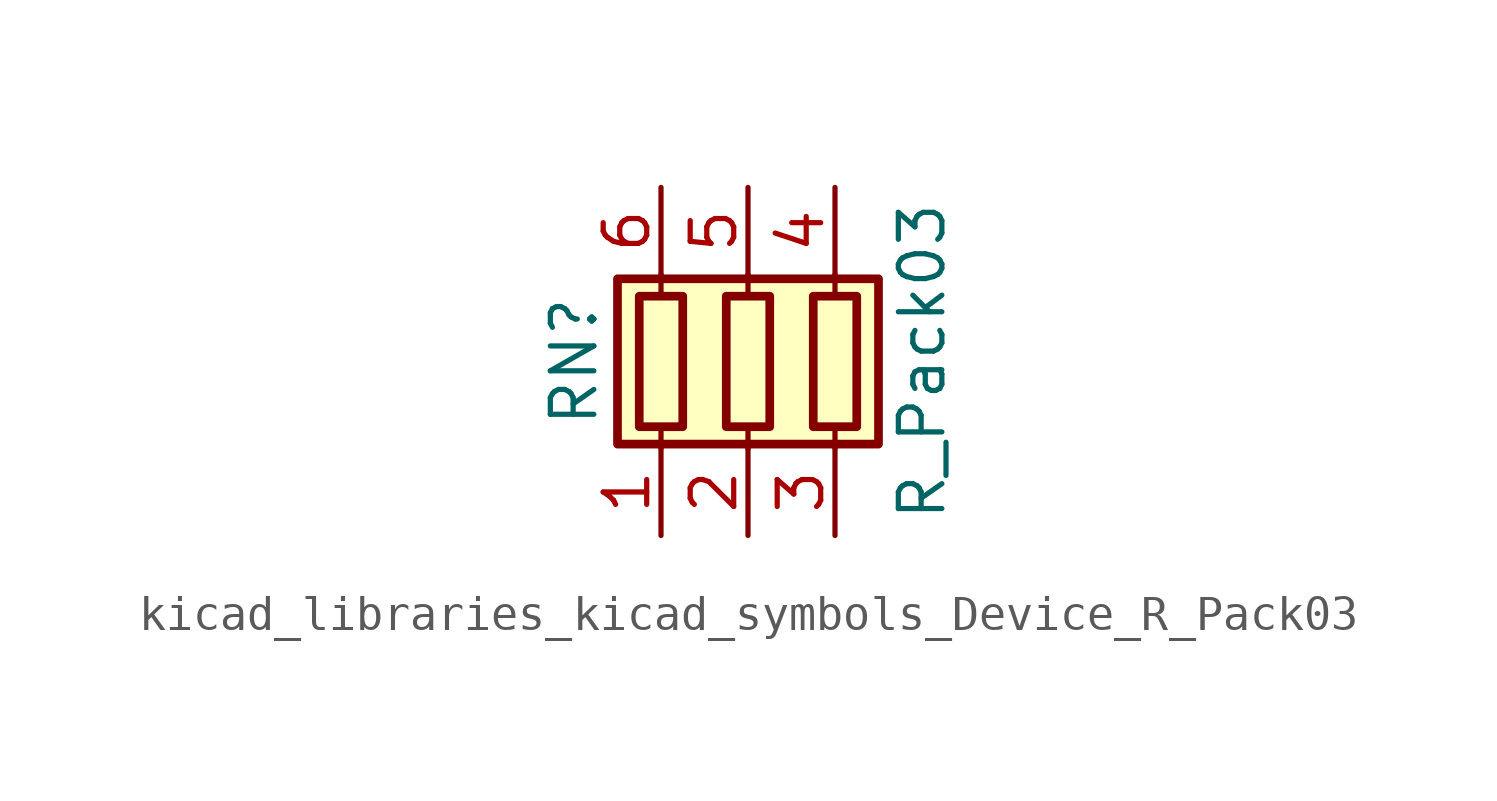
<source format=kicad_sym>
(kicad_symbol_lib
  (version 20220914)
  (generator kicad_symbol_editor)
  (symbol "kicad_libraries_kicad_symbols_Device_R_Pack03"
    (pin_names
      (offset 0) hide)
    (property "Reference" "RN"
      (at -5.08 0 90)
      (effects (font (size 1.27 1.27))))
    (property "Value" "R_Pack03"
      (at 5.08 0 90)
      (effects (font (size 1.27 1.27))))
    (symbol "kicad_libraries_kicad_symbols_Device_R_Pack03_0_1"
      (rectangle (start -3.81 -2.413) (end 3.81 2.413) (stroke (width 0.254) (type default)) (fill (type background)))
      (rectangle (start -3.175 1.905) (end -1.905 -1.905) (stroke (width 0.254) (type default)) (fill (type none)))
      (rectangle (start -0.635 1.905) (end 0.635 -1.905) (stroke (width 0.254) (type default)) (fill (type none)))
      (polyline (pts (xy -2.54 -2.54) (xy -2.54 -1.905)) (stroke (width 0) (type default)) (fill (type none)))
      (polyline (pts (xy -2.54 1.905) (xy -2.54 2.54)) (stroke (width 0) (type default)) (fill (type none)))
      (polyline (pts (xy 0 -2.54) (xy 0 -1.905)) (stroke (width 0) (type default)) (fill (type none)))
      (polyline (pts (xy 0 1.905) (xy 0 2.54)) (stroke (width 0) (type default)) (fill (type none)))
      (polyline (pts (xy 2.54 -2.54) (xy 2.54 -1.905)) (stroke (width 0) (type default)) (fill (type none)))
      (polyline (pts (xy 2.54 1.905) (xy 2.54 2.54)) (stroke (width 0) (type default)) (fill (type none)))
      (rectangle (start 1.905 1.905) (end 3.175 -1.905) (stroke (width 0.254) (type default)) (fill (type none))))
    (symbol "kicad_libraries_kicad_symbols_Device_R_Pack03_1_1"
      (pin passive line (at -2.54 -5.08 90) (length 2.54) (name "R1.1" (effects (font (size 1.27 1.27)))) (number "1" (effects (font (size 1.27 1.27)))))
      (pin passive line (at 0 -5.08 90) (length 2.54) (name "R2.1" (effects (font (size 1.27 1.27)))) (number "2" (effects (font (size 1.27 1.27)))))
      (pin passive line (at 2.54 -5.08 90) (length 2.54) (name "R3.1" (effects (font (size 1.27 1.27)))) (number "3" (effects (font (size 1.27 1.27)))))
      (pin passive line (at 2.54 5.08 270) (length 2.54) (name "R3.2" (effects (font (size 1.27 1.27)))) (number "4" (effects (font (size 1.27 1.27)))))
      (pin passive line (at 0 5.08 270) (length 2.54) (name "R2.2" (effects (font (size 1.27 1.27)))) (number "5" (effects (font (size 1.27 1.27)))))
      (pin passive line (at -2.54 5.08 270) (length 2.54) (name "R1.2" (effects (font (size 1.27 1.27)))) (number "6" (effects (font (size 1.27 1.27))))))))
</source>
